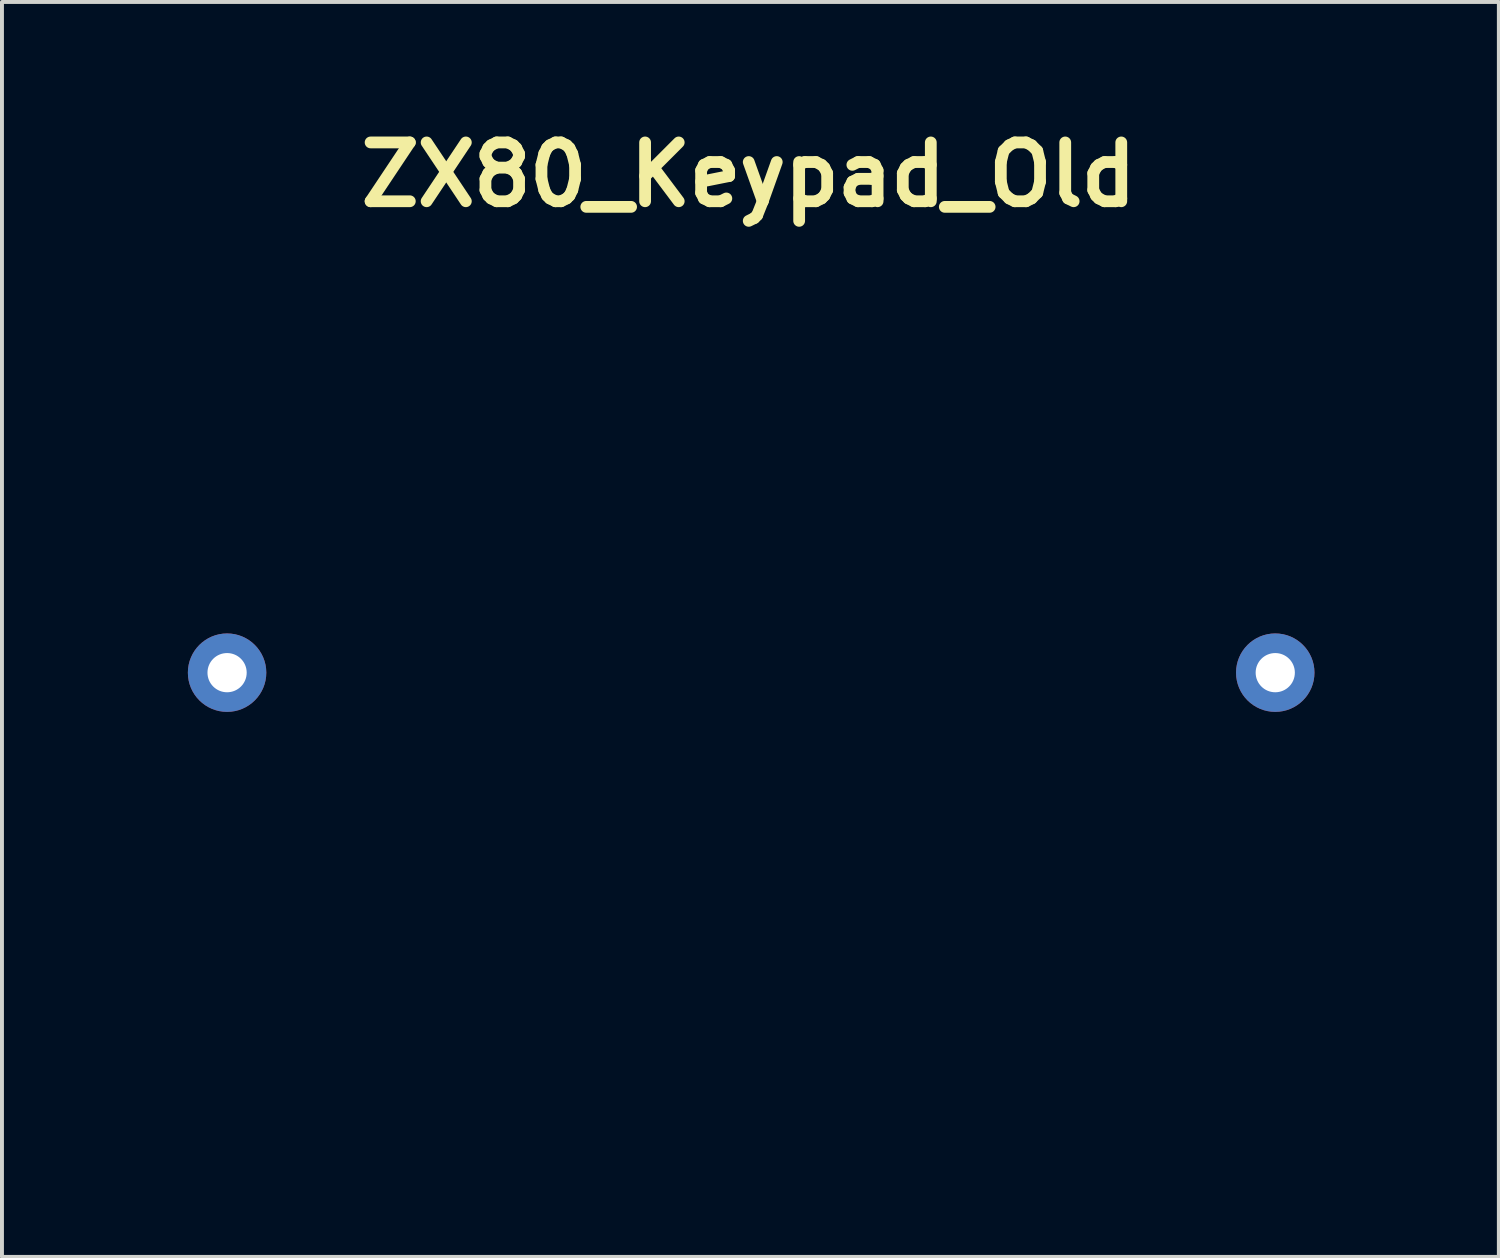
<source format=kicad_pcb>
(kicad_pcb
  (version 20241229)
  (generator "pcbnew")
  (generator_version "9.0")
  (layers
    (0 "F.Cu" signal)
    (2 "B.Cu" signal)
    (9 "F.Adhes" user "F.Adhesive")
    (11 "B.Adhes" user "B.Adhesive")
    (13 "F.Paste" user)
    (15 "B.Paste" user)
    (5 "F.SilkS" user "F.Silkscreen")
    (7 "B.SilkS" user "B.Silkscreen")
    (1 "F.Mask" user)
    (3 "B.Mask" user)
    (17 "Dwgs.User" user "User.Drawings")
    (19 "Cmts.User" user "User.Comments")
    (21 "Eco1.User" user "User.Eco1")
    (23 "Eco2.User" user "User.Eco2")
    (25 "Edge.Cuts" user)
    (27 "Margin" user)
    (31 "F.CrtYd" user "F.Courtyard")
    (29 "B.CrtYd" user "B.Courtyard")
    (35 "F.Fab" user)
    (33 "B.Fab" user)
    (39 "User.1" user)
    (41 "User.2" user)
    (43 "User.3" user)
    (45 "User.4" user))
  (footprint "ZX80_Keypad_Old"
    (layer "F.Cu")
    (at 16.044 14.104)
    (property "Reference" "ZX80_Keypad_Old" (at 0 -12.7 0) (layer "F.SilkS") (effects (font (size 1.5 1.5) (thickness 0.3))))
    (attr board_only exclude_from_pos_files exclude_from_bom)
    (fp_poly (pts (xy 1.266 -8.828) (xy 1.659 -8.814) (xy 1.973 -8.793) (xy 2.172 -8.764) (xy 2.218 -8.745) (xy 2.364 -8.681) (xy 2.607 -8.62) (xy 2.731 -8.599) (xy 2.965 -8.551) (xy 3.11 -8.495) (xy 3.133 -8.467) (xy 3.208 -8.411) (xy 3.399 -8.356) (xy 3.514 -8.335) (xy 3.74 -8.288) (xy 3.877 -8.233) (xy 3.895 -8.21) (xy 3.967 -8.145) (xy 4.142 -8.087) (xy 4.334 -8.011) (xy 4.435 -7.911) (xy 4.55 -7.802) (xy 4.612 -7.789) (xy 4.726 -7.744) (xy 4.741 -7.705) (xy 4.809 -7.627) (xy 4.855 -7.62) (xy 4.993 -7.562) (xy 5.122 -7.451) (xy 5.261 -7.325) (xy 5.349 -7.281) (xy 5.439 -7.224) (xy 5.614 -7.073) (xy 5.844 -6.858) (xy 6.1 -6.609) (xy 6.351 -6.355) (xy 6.567 -6.126) (xy 6.717 -5.953) (xy 6.773 -5.865) (xy 6.83 -5.759) (xy 6.967 -5.605) (xy 6.985 -5.588) (xy 7.129 -5.422) (xy 7.196 -5.285) (xy 7.197 -5.277) (xy 7.248 -5.174) (xy 7.281 -5.165) (xy 7.356 -5.096) (xy 7.366 -5.035) (xy 7.434 -4.894) (xy 7.493 -4.857) (xy 7.605 -4.753) (xy 7.62 -4.696) (xy 7.674 -4.542) (xy 7.726 -4.472) (xy 7.834 -4.316) (xy 7.979 -4.053) (xy 8.137 -3.735) (xy 8.283 -3.413) (xy 8.392 -3.138) (xy 8.432 -3.006) (xy 8.493 -2.797) (xy 8.554 -2.667) (xy 8.604 -2.544) (xy 8.67 -2.309) (xy 8.725 -2.074) (xy 8.794 -1.789) (xy 8.861 -1.567) (xy 8.904 -1.473) (xy 8.945 -1.348) (xy 8.988 -1.103) (xy 9.025 -0.787) (xy 9.029 -0.732) (xy 9.064 -0.426) (xy 9.106 -0.197) (xy 9.148 -0.089) (xy 9.156 -0.085) (xy 9.178 -0.004) (xy 9.197 0.221) (xy 9.213 0.565) (xy 9.223 1.003) (xy 9.228 1.51) (xy 9.229 1.651) (xy 9.225 2.172) (xy 9.216 2.631) (xy 9.201 3.002) (xy 9.182 3.26) (xy 9.161 3.381) (xy 9.155 3.387) (xy 9.116 3.465) (xy 9.075 3.675) (xy 9.037 3.978) (xy 9.022 4.149) (xy 8.989 4.484) (xy 8.951 4.744) (xy 8.913 4.891) (xy 8.897 4.911) (xy 8.852 4.987) (xy 8.793 5.189) (xy 8.732 5.474) (xy 8.727 5.503) (xy 8.665 5.794) (xy 8.602 6.005) (xy 8.551 6.095) (xy 8.547 6.096) (xy 8.485 6.17) (xy 8.427 6.352) (xy 8.419 6.389) (xy 8.35 6.616) (xy 8.254 6.773) (xy 8.246 6.781) (xy 8.144 6.925) (xy 8.128 6.995) (xy 8.083 7.101) (xy 8.05 7.112) (xy 7.979 7.185) (xy 7.917 7.361) (xy 7.916 7.366) (xy 7.854 7.544) (xy 7.781 7.62) (xy 7.78 7.62) (xy 7.686 7.688) (xy 7.638 7.774) (xy 7.547 7.941) (xy 7.399 8.154) (xy 7.366 8.196) (xy 7.207 8.383) (xy 6.979 8.633) (xy 6.709 8.918) (xy 6.421 9.215) (xy 6.142 9.496) (xy 5.895 9.735) (xy 5.708 9.908) (xy 5.606 9.988) (xy 5.598 9.991) (xy 5.496 10.047) (xy 5.376 10.16) (xy 5.226 10.287) (xy 5.118 10.329) (xy 4.998 10.397) (xy 4.968 10.448) (xy 4.859 10.549) (xy 4.663 10.624) (xy 4.662 10.624) (xy 4.482 10.684) (xy 4.403 10.75) (xy 4.403 10.753) (xy 4.33 10.819) (xy 4.154 10.879) (xy 4.149 10.88) (xy 3.971 10.941) (xy 3.895 11.012) (xy 3.895 11.013) (xy 3.823 11.074) (xy 3.699 11.091) (xy 3.474 11.143) (xy 3.339 11.216) (xy 3.157 11.302) (xy 2.89 11.376) (xy 2.773 11.396) (xy 2.539 11.441) (xy 2.394 11.494) (xy 2.371 11.52) (xy 2.295 11.57) (xy 2.102 11.62) (xy 1.968 11.641) (xy 1.698 11.688) (xy 1.482 11.745) (xy 1.425 11.769) (xy 1.29 11.799) (xy 1.017 11.827) (xy 0.64 11.852) (xy 0.189 11.872) (xy -0.302 11.887) (xy -0.801 11.896) (xy -1.277 11.898) (xy -1.696 11.891) (xy -1.926 11.881) (xy -2.224 11.855) (xy -2.442 11.82) (xy -2.539 11.782) (xy -2.54 11.777) (xy -2.617 11.733) (xy -2.817 11.687) (xy -3.061 11.654) (xy -3.351 11.613) (xy -3.577 11.564) (xy -3.674 11.524) (xy -3.816 11.457) (xy -4.038 11.393) (xy -4.064 11.388) (xy -4.286 11.329) (xy -4.436 11.269) (xy -4.445 11.263) (xy -4.584 11.198) (xy -4.783 11.139) (xy -4.975 11.078) (xy -5.079 11.02) (xy -5.178 10.951) (xy -5.378 10.84) (xy -5.627 10.713) (xy -5.872 10.597) (xy -6.06 10.518) (xy -6.13 10.499) (xy -6.234 10.442) (xy -6.382 10.306) (xy -6.384 10.303) (xy -6.554 10.143) (xy -6.691 10.046) (xy -6.865 9.951) (xy -6.985 9.88) (xy -7.115 9.778) (xy -7.324 9.59) (xy -7.585 9.343) (xy -7.873 9.062) (xy -8.162 8.773) (xy -8.425 8.503) (xy -8.637 8.277) (xy -8.771 8.12) (xy -8.805 8.064) (xy -8.862 7.96) (xy -8.999 7.806) (xy -9.017 7.789) (xy -9.161 7.625) (xy -9.228 7.494) (xy -9.229 7.485) (xy -9.271 7.367) (xy -9.292 7.352) (xy -9.387 7.262) (xy -9.52 7.087) (xy -9.648 6.892) (xy -9.728 6.738) (xy -9.737 6.701) (xy -9.804 6.606) (xy -9.864 6.573) (xy -9.976 6.46) (xy -9.991 6.395) (xy -10.033 6.281) (xy -10.07 6.265) (xy -10.153 6.195) (xy -10.208 6.075) (xy -10.275 5.909) (xy -10.32 5.842) (xy -10.395 5.734) (xy -10.515 5.516) (xy -10.656 5.235) (xy -10.798 4.936) (xy -10.917 4.664) (xy -10.993 4.466) (xy -11.009 4.398) (xy -11.056 4.229) (xy -11.131 4.101) (xy -11.231 3.912) (xy -11.258 3.789) (xy -11.32 3.663) (xy -11.388 3.641) (xy -11.5 3.598) (xy -11.515 3.561) (xy -11.59 3.503) (xy -11.781 3.446) (xy -11.896 3.425) (xy -12.122 3.379) (xy -12.259 3.329) (xy -12.277 3.308) (xy -12.351 3.257) (xy -12.544 3.187) (xy -12.721 3.138) (xy -12.986 3.063) (xy -13.186 2.993) (xy -13.25 2.96) (xy -13.384 2.902) (xy -13.606 2.844) (xy -13.652 2.834) (xy -13.856 2.779) (xy -13.964 2.715) (xy -13.97 2.7) (xy -14.041 2.64) (xy -14.151 2.625) (xy -14.322 2.583) (xy -14.552 2.481) (xy -14.778 2.352) (xy -14.937 2.23) (xy -14.972 2.184) (xy -15.069 2.12) (xy -15.105 2.117) (xy -15.241 2.054) (xy -15.404 1.908) (xy -15.536 1.738) (xy -15.579 1.624) (xy -15.622 1.53) (xy -15.644 1.524) (xy -15.721 1.456) (xy -15.835 1.287) (xy -15.877 1.213) (xy -15.952 1.046) (xy -16.001 0.853) (xy -16.03 0.595) (xy -16.042 0.233) (xy -16.044 -0.103) (xy -16.042 -0.222) (xy -14.23 -0.222) (xy -14.218 0.052) (xy -14.157 0.323) (xy -14.05 0.537) (xy -14.049 0.539) (xy -13.894 0.692) (xy -13.759 0.762) (xy -13.752 0.762) (xy -13.644 0.81) (xy -13.631 0.847) (xy -13.561 0.914) (xy -13.385 0.928) (xy -13.157 0.893) (xy -12.933 0.812) (xy -12.891 0.79) (xy -12.65 0.586) (xy -12.472 0.313) (xy -12.371 0.014) (xy -12.362 -0.265) (xy -12.458 -0.479) (xy -12.488 -0.508) (xy -12.596 -0.649) (xy -12.615 -0.723) (xy -12.689 -0.814) (xy -12.869 -0.887) (xy -12.89 -0.892) (xy -13.114 -0.958) (xy -13.27 -1.035) (xy -13.271 -1.036) (xy -13.363 -1.074) (xy -13.377 -1.026) (xy -13.448 -0.948) (xy -13.54 -0.931) (xy -13.792 -0.894) (xy -13.944 -0.795) (xy -13.97 -0.72) (xy -14.038 -0.597) (xy -14.097 -0.562) (xy -14.19 -0.445) (xy -14.23 -0.222) (xy -16.042 -0.222) (xy -16.036 -0.592) (xy -16.012 -0.939) (xy -15.974 -1.132) (xy -15.95 -1.167) (xy -15.852 -1.291) (xy -15.795 -1.421) (xy -15.69 -1.606) (xy -15.492 -1.846) (xy -15.245 -2.097) (xy -14.991 -2.319) (xy -14.773 -2.47) (xy -14.686 -2.506) (xy -14.53 -2.57) (xy -14.478 -2.63) (xy -14.404 -2.691) (xy -14.222 -2.749) (xy -14.182 -2.757) (xy -13.986 -2.81) (xy -13.888 -2.867) (xy -13.885 -2.876) (xy -13.809 -2.917) (xy -13.608 -2.961) (xy -13.365 -2.994) (xy -13.074 -3.034) (xy -12.848 -3.083) (xy -12.751 -3.122) (xy -12.632 -3.163) (xy -12.385 -3.215) (xy -12.05 -3.27) (xy -11.79 -3.305) (xy -11.431 -3.357) (xy -11.144 -3.41) (xy -10.965 -3.458) (xy -10.922 -3.485) (xy -10.849 -3.538) (xy -10.71 -3.556) (xy -10.551 -3.527) (xy -10.499 -3.471) (xy -10.431 -3.395) (xy -10.381 -3.387) (xy -10.346 -3.361) (xy -10.318 -3.275) (xy -10.295 -3.111) (xy -10.277 -2.853) (xy -10.262 -2.484) (xy -10.25 -1.99) (xy -10.239 -1.353) (xy -10.233 -0.86) (xy -10.22 -0.027) (xy -10.202 0.655) (xy -10.18 1.18) (xy -10.154 1.546) (xy -10.125 1.749) (xy -10.11 1.786) (xy -10.051 1.925) (xy -9.981 2.178) (xy -9.916 2.494) (xy -9.912 2.519) (xy -9.851 2.815) (xy -9.788 3.033) (xy -9.735 3.131) (xy -9.729 3.133) (xy -9.669 3.205) (xy -9.652 3.325) (xy -9.603 3.552) (xy -9.536 3.685) (xy -9.434 3.889) (xy -9.36 4.128) (xy -9.3 4.314) (xy -9.235 4.402) (xy -9.229 4.403) (xy -9.162 4.475) (xy -9.103 4.65) (xy -9.027 4.842) (xy -8.927 4.943) (xy -8.818 5.058) (xy -8.805 5.12) (xy -8.766 5.234) (xy -8.731 5.249) (xy -8.643 5.318) (xy -8.602 5.397) (xy -8.505 5.613) (xy -8.377 5.832) (xy -8.262 5.983) (xy -8.241 6.002) (xy -8.157 6.108) (xy -8.05 6.295) (xy -8.043 6.308) (xy -7.97 6.444) (xy -7.882 6.58) (xy -7.759 6.739) (xy -7.582 6.943) (xy -7.332 7.215) (xy -6.991 7.579) (xy -6.852 7.726) (xy -6.572 8.013) (xy -6.327 8.249) (xy -6.143 8.408) (xy -6.048 8.467) (xy -6.048 8.467) (xy -5.931 8.535) (xy -5.896 8.594) (xy -5.79 8.706) (xy -5.731 8.721) (xy -5.592 8.779) (xy -5.453 8.899) (xy -5.276 9.038) (xy -4.985 9.21) (xy -4.627 9.393) (xy -4.248 9.565) (xy -3.893 9.704) (xy -3.611 9.788) (xy -3.549 9.799) (xy -3.34 9.842) (xy -3.225 9.895) (xy -3.217 9.91) (xy -3.14 9.953) (xy -2.939 9.998) (xy -2.666 10.036) (xy -2.377 10.077) (xy -2.161 10.126) (xy -2.068 10.17) (xy -1.973 10.196) (xy -1.745 10.216) (xy -1.417 10.231) (xy -1.021 10.24) (xy -0.591 10.243) (xy -0.159 10.241) (xy 0.241 10.233) (xy 0.578 10.22) (xy 0.818 10.2) (xy 0.928 10.176) (xy 0.931 10.17) (xy 1.008 10.124) (xy 1.21 10.075) (xy 1.482 10.036) (xy 1.762 9.995) (xy 1.96 9.945) (xy 2.032 9.899) (xy 2.103 9.836) (xy 2.2 9.821) (xy 2.393 9.8) (xy 2.638 9.748) (xy 2.88 9.679) (xy 3.063 9.609) (xy 3.133 9.556) (xy 3.205 9.498) (xy 3.381 9.442) (xy 3.387 9.44) (xy 3.564 9.385) (xy 3.641 9.327) (xy 3.641 9.326) (xy 3.709 9.256) (xy 3.882 9.14) (xy 4.02 9.06) (xy 4.246 8.921) (xy 4.403 8.795) (xy 4.44 8.745) (xy 4.533 8.644) (xy 4.571 8.636) (xy 4.668 8.58) (xy 4.848 8.433) (xy 5.078 8.227) (xy 5.324 7.994) (xy 5.555 7.764) (xy 5.735 7.57) (xy 5.833 7.444) (xy 5.842 7.42) (xy 5.899 7.315) (xy 6.037 7.163) (xy 6.054 7.147) (xy 6.198 6.991) (xy 6.265 6.875) (xy 6.265 6.868) (xy 6.318 6.741) (xy 6.371 6.674) (xy 6.499 6.494) (xy 6.658 6.209) (xy 6.822 5.875) (xy 6.964 5.547) (xy 7.058 5.28) (xy 7.075 5.208) (xy 7.13 4.998) (xy 7.192 4.873) (xy 7.2 4.866) (xy 7.247 4.765) (xy 7.297 4.548) (xy 7.328 4.338) (xy 7.376 4.051) (xy 7.439 3.824) (xy 7.482 3.733) (xy 7.515 3.609) (xy 7.541 3.345) (xy 7.561 2.972) (xy 7.575 2.518) (xy 7.582 2.015) (xy 7.582 1.49) (xy 7.576 0.975) (xy 7.565 0.498) (xy 7.546 0.09) (xy 7.522 -0.22) (xy 7.491 -0.403) (xy 7.477 -0.434) (xy 7.409 -0.584) (xy 7.345 -0.834) (xy 7.318 -0.997) (xy 7.274 -1.244) (xy 7.225 -1.405) (xy 7.195 -1.439) (xy 7.146 -1.515) (xy 7.094 -1.705) (xy 7.074 -1.82) (xy 7.026 -2.047) (xy 6.971 -2.184) (xy 6.947 -2.201) (xy 6.887 -2.275) (xy 6.829 -2.457) (xy 6.821 -2.498) (xy 6.766 -2.693) (xy 6.702 -2.791) (xy 6.692 -2.794) (xy 6.624 -2.867) (xy 6.563 -3.043) (xy 6.562 -3.048) (xy 6.502 -3.226) (xy 6.436 -3.302) (xy 6.435 -3.302) (xy 6.369 -3.375) (xy 6.309 -3.551) (xy 6.308 -3.556) (xy 6.246 -3.734) (xy 6.175 -3.81) (xy 6.174 -3.81) (xy 6.098 -3.874) (xy 6.096 -3.891) (xy 6.048 -4.012) (xy 5.925 -4.221) (xy 5.754 -4.473) (xy 5.587 -4.694) (xy 5.464 -4.832) (xy 5.256 -5.05) (xy 4.999 -5.312) (xy 4.729 -5.581) (xy 4.483 -5.821) (xy 4.297 -5.995) (xy 4.233 -6.05) (xy 4.084 -6.154) (xy 3.86 -6.296) (xy 3.768 -6.352) (xy 3.557 -6.483) (xy 3.414 -6.584) (xy 3.387 -6.61) (xy 3.282 -6.666) (xy 3.085 -6.723) (xy 3.069 -6.727) (xy 2.883 -6.786) (xy 2.795 -6.851) (xy 2.794 -6.857) (xy 2.718 -6.907) (xy 2.524 -6.959) (xy 2.371 -6.985) (xy 2.118 -7.033) (xy 1.943 -7.09) (xy 1.9 -7.12) (xy 1.8 -7.151) (xy 1.569 -7.174) (xy 1.245 -7.189) (xy 0.867 -7.195) (xy 0.472 -7.192) (xy 0.1 -7.182) (xy -0.211 -7.163) (xy -0.425 -7.136) (xy -0.488 -7.116) (xy -0.659 -7.057) (xy -0.918 -7.002) (xy -1.037 -6.984) (xy -1.271 -6.939) (xy -1.416 -6.882) (xy -1.439 -6.853) (xy -1.51 -6.788) (xy -1.606 -6.773) (xy -1.778 -6.737) (xy -2.004 -6.647) (xy -2.228 -6.531) (xy -2.397 -6.417) (xy -2.455 -6.339) (xy -2.524 -6.248) (xy -2.603 -6.208) (xy -2.753 -6.121) (xy -2.945 -5.969) (xy -3.132 -5.795) (xy -3.265 -5.642) (xy -3.302 -5.567) (xy -3.357 -5.463) (xy -3.489 -5.311) (xy -3.493 -5.308) (xy -3.793 -4.932) (xy -4.06 -4.45) (xy -4.263 -3.927) (xy -4.37 -3.438) (xy -4.412 -3.181) (xy -4.463 -3.008) (xy -4.499 -2.963) (xy -4.523 -2.883) (xy -4.544 -2.661) (xy -4.56 -2.325) (xy -4.569 -1.902) (xy -4.572 -1.524) (xy -4.568 -1.052) (xy -4.558 -0.644) (xy -4.543 -0.33) (xy -4.524 -0.135) (xy -4.507 -0.085) (xy -4.459 -0.008) (xy -4.398 0.192) (xy -4.335 0.474) (xy -4.334 0.483) (xy -4.269 0.783) (xy -4.204 1.019) (xy -4.155 1.139) (xy -4.088 1.279) (xy -4.026 1.496) (xy -4.025 1.503) (xy -3.964 1.689) (xy -3.895 1.777) (xy -3.888 1.778) (xy -3.83 1.851) (xy -3.81 1.992) (xy -3.768 2.171) (xy -3.691 2.252) (xy -3.581 2.363) (xy -3.518 2.511) (xy -3.417 2.721) (xy -3.256 2.917) (xy -3.113 3.076) (xy -3.048 3.2) (xy -3.048 3.206) (xy -2.98 3.292) (xy -2.925 3.302) (xy -2.772 3.366) (xy -2.735 3.408) (xy -2.615 3.533) (xy -2.423 3.683) (xy -2.219 3.816) (xy -2.063 3.89) (xy -2.035 3.895) (xy -1.95 3.951) (xy -1.947 3.971) (xy -1.872 4.032) (xy -1.68 4.105) (xy -1.513 4.151) (xy -1.044 4.213) (xy -0.52 4.2) (xy -0.013 4.121) (xy 0.41 3.981) (xy 0.443 3.965) (xy 0.754 3.782) (xy 1.02 3.58) (xy 1.204 3.389) (xy 1.27 3.244) (xy 1.319 3.142) (xy 1.351 3.133) (xy 1.418 3.059) (xy 1.479 2.877) (xy 1.487 2.836) (xy 1.543 2.641) (xy 1.607 2.543) (xy 1.618 2.54) (xy 1.678 2.473) (xy 1.69 2.33) (xy 1.651 2.198) (xy 1.621 2.167) (xy 1.577 2.066) (xy 1.532 1.844) (xy 1.495 1.549) (xy 1.495 1.548) (xy 1.457 1.256) (xy 1.407 1.04) (xy 1.356 0.946) (xy 1.356 0.946) (xy 1.289 0.849) (xy 1.27 0.716) (xy 1.216 0.529) (xy 1.079 0.303) (xy 1.016 0.225) (xy 0.863 0.031) (xy 0.772 -0.118) (xy 0.762 -0.155) (xy 0.698 -0.274) (xy 0.649 -0.313) (xy 0.529 -0.437) (xy 0.379 -0.658) (xy 0.232 -0.916) (xy 0.123 -1.152) (xy 0.085 -1.299) (xy 0.043 -1.42) (xy 0 -1.439) (xy -0.045 -1.516) (xy -0.076 -1.718) (xy -0.085 -1.947) (xy -0.072 -2.218) (xy -0.038 -2.401) (xy 0 -2.455) (xy 0.078 -2.523) (xy 0.085 -2.566) (xy 0.156 -2.662) (xy 0.333 -2.778) (xy 0.559 -2.885) (xy 0.777 -2.953) (xy 0.868 -2.963) (xy 1.024 -2.925) (xy 1.225 -2.834) (xy 1.409 -2.722) (xy 1.516 -2.625) (xy 1.523 -2.603) (xy 1.593 -2.547) (xy 1.654 -2.54) (xy 1.789 -2.471) (xy 1.838 -2.392) (xy 1.938 -2.228) (xy 2.086 -2.06) (xy 2.246 -1.855) (xy 2.334 -1.658) (xy 2.4 -1.496) (xy 2.465 -1.439) (xy 2.529 -1.369) (xy 2.541 -1.291) (xy 2.579 -1.112) (xy 2.665 -0.905) (xy 2.75 -0.677) (xy 2.822 -0.374) (xy 2.845 -0.227) (xy 2.89 0.039) (xy 2.941 0.239) (xy 2.97 0.299) (xy 3.017 0.432) (xy 3.068 0.694) (xy 3.119 1.043) (xy 3.163 1.439) (xy 3.197 1.842) (xy 3.215 2.209) (xy 3.217 2.341) (xy 3.203 2.666) (xy 3.165 3.008) (xy 3.11 3.323) (xy 3.048 3.571) (xy 2.985 3.71) (xy 2.959 3.725) (xy 2.883 3.794) (xy 2.845 3.873) (xy 2.611 4.306) (xy 2.25 4.713) (xy 1.801 5.057) (xy 1.418 5.255) (xy 1.253 5.344) (xy 1.185 5.42) (xy 1.112 5.483) (xy 0.933 5.544) (xy 0.91 5.549) (xy 0.681 5.618) (xy 0.516 5.703) (xy 0.516 5.704) (xy 0.387 5.742) (xy 0.131 5.771) (xy -0.216 5.791) (xy -0.618 5.801) (xy -1.038 5.802) (xy -1.44 5.794) (xy -1.788 5.776) (xy -2.045 5.748) (xy -2.176 5.712) (xy -2.183 5.704) (xy -2.302 5.621) (xy -2.506 5.552) (xy -2.513 5.551) (xy -2.734 5.474) (xy -2.883 5.371) (xy -3.022 5.267) (xy -3.092 5.249) (xy -3.215 5.182) (xy -3.244 5.133) (xy -3.353 5.026) (xy -3.504 4.963) (xy -3.663 4.878) (xy -3.891 4.705) (xy -4.143 4.483) (xy -4.378 4.252) (xy -4.551 4.05) (xy -4.604 3.966) (xy -4.68 3.828) (xy -4.808 3.613) (xy -4.868 3.514) (xy -5.006 3.277) (xy -5.108 3.079) (xy -5.13 3.027) (xy -5.206 2.902) (xy -5.251 2.879) (xy -5.306 2.804) (xy -5.376 2.612) (xy -5.419 2.455) (xy -5.488 2.216) (xy -5.555 2.062) (xy -5.587 2.032) (xy -5.638 1.957) (xy -5.69 1.766) (xy -5.711 1.651) (xy -5.759 1.424) (xy -5.817 1.288) (xy -5.842 1.27) (xy -5.896 1.194) (xy -5.952 1.002) (xy -5.976 0.868) (xy -6.027 0.62) (xy -6.091 0.448) (xy -6.121 0.41) (xy -6.15 0.31) (xy -6.173 0.071) (xy -6.19 -0.278) (xy -6.202 -0.706) (xy -6.208 -1.183) (xy -6.208 -1.679) (xy -6.202 -2.164) (xy -6.19 -2.609) (xy -6.173 -2.982) (xy -6.15 -3.255) (xy -6.122 -3.396) (xy -6.117 -3.405) (xy -6.053 -3.549) (xy -5.991 -3.792) (xy -5.965 -3.937) (xy -5.906 -4.22) (xy -5.827 -4.455) (xy -5.788 -4.527) (xy -5.694 -4.744) (xy -5.673 -4.887) (xy -5.647 -5.037) (xy -5.605 -5.08) (xy -5.536 -5.152) (xy -5.448 -5.33) (xy -5.424 -5.394) (xy -5.321 -5.629) (xy -5.213 -5.804) (xy -5.195 -5.824) (xy -5.097 -5.976) (xy -5.08 -6.051) (xy -5.012 -6.176) (xy -4.953 -6.211) (xy -4.841 -6.305) (xy -4.826 -6.356) (xy -4.769 -6.45) (xy -4.62 -6.625) (xy -4.413 -6.846) (xy -4.18 -7.081) (xy -3.955 -7.297) (xy -3.772 -7.459) (xy -3.663 -7.534) (xy -3.654 -7.535) (xy -3.56 -7.593) (xy -3.449 -7.705) (xy -3.293 -7.834) (xy -3.176 -7.874) (xy -3.063 -7.916) (xy -3.048 -7.952) (xy -2.975 -8.023) (xy -2.799 -8.085) (xy -2.794 -8.086) (xy -2.616 -8.145) (xy -2.54 -8.211) (xy -2.54 -8.213) (xy -2.467 -8.277) (xy -2.288 -8.338) (xy -2.265 -8.344) (xy -2.061 -8.407) (xy -1.942 -8.478) (xy -1.939 -8.482) (xy -1.834 -8.532) (xy -1.613 -8.58) (xy -1.389 -8.61) (xy -1.1 -8.651) (xy -0.873 -8.705) (xy -0.779 -8.746) (xy -0.653 -8.779) (xy -0.394 -8.805) (xy -0.038 -8.822) (xy 0.382 -8.832) (xy 0.828 -8.834)) (stroke (width 0) (type solid)) (fill yes) (layer "F.Mask"))
    (fp_poly (pts (xy 1.071 -11.814) (xy 1.605 -11.807) (xy 2.088 -11.794) (xy 2.492 -11.776) (xy 2.789 -11.752) (xy 2.953 -11.722) (xy 2.972 -11.713) (xy 3.122 -11.644) (xy 3.369 -11.579) (xy 3.514 -11.554) (xy 3.775 -11.507) (xy 3.968 -11.456) (xy 4.022 -11.431) (xy 4.16 -11.368) (xy 4.36 -11.309) (xy 4.53 -11.251) (xy 4.794 -11.141) (xy 5.118 -10.996) (xy 5.466 -10.832) (xy 5.8 -10.668) (xy 6.086 -10.521) (xy 6.286 -10.407) (xy 6.365 -10.347) (xy 6.446 -10.266) (xy 6.607 -10.139) (xy 6.789 -10.01) (xy 6.934 -9.922) (xy 6.977 -9.906) (xy 7.054 -9.852) (xy 7.214 -9.71) (xy 7.387 -9.546) (xy 7.67 -9.275) (xy 7.987 -8.979) (xy 8.154 -8.825) (xy 8.36 -8.626) (xy 8.504 -8.466) (xy 8.551 -8.388) (xy 8.611 -8.29) (xy 8.758 -8.14) (xy 8.805 -8.099) (xy 8.967 -7.951) (xy 9.054 -7.848) (xy 9.059 -7.834) (xy 9.107 -7.731) (xy 9.145 -7.68) (xy 9.314 -7.467) (xy 9.533 -7.175) (xy 9.767 -6.851) (xy 9.986 -6.539) (xy 10.156 -6.284) (xy 10.228 -6.167) (xy 10.49 -5.697) (xy 10.678 -5.353) (xy 10.804 -5.11) (xy 10.879 -4.948) (xy 10.915 -4.844) (xy 10.922 -4.788) (xy 10.966 -4.673) (xy 11.007 -4.657) (xy 11.078 -4.587) (xy 11.091 -4.504) (xy 11.141 -4.316) (xy 11.216 -4.186) (xy 11.316 -3.996) (xy 11.343 -3.873) (xy 11.404 -3.748) (xy 11.472 -3.725) (xy 11.585 -3.68) (xy 11.599 -3.641) (xy 11.673 -3.581) (xy 11.85 -3.556) (xy 11.853 -3.556) (xy 12.032 -3.534) (xy 12.107 -3.481) (xy 12.107 -3.481) (xy 12.184 -3.427) (xy 12.383 -3.36) (xy 12.658 -3.296) (xy 12.936 -3.231) (xy 13.134 -3.168) (xy 13.208 -3.121) (xy 13.282 -3.064) (xy 13.464 -3.008) (xy 13.504 -3) (xy 13.7 -2.947) (xy 13.798 -2.888) (xy 13.801 -2.879) (xy 13.876 -2.829) (xy 14.067 -2.776) (xy 14.182 -2.756) (xy 14.408 -2.708) (xy 14.545 -2.653) (xy 14.563 -2.629) (xy 14.634 -2.558) (xy 14.771 -2.506) (xy 14.953 -2.411) (xy 15.193 -2.221) (xy 15.449 -1.98) (xy 15.678 -1.729) (xy 15.838 -1.51) (xy 15.88 -1.421) (xy 15.965 -1.244) (xy 16.035 -1.167) (xy 16.079 -1.051) (xy 16.11 -0.774) (xy 16.127 -0.345) (xy 16.129 -0.042) (xy 16.121 0.469) (xy 16.098 0.832) (xy 16.061 1.038) (xy 16.035 1.083) (xy 15.937 1.205) (xy 15.878 1.342) (xy 15.772 1.558) (xy 15.651 1.723) (xy 15.333 2.06) (xy 15.106 2.27) (xy 14.958 2.364) (xy 14.922 2.371) (xy 14.824 2.42) (xy 14.817 2.449) (xy 14.743 2.517) (xy 14.564 2.58) (xy 14.541 2.585) (xy 14.321 2.649) (xy 14.171 2.72) (xy 14.169 2.722) (xy 14.034 2.776) (xy 13.795 2.829) (xy 13.64 2.851) (xy 13.396 2.893) (xy 13.239 2.944) (xy 13.208 2.975) (xy 13.134 3.027) (xy 12.953 3.054) (xy 12.933 3.055) (xy 12.682 3.074) (xy 12.369 3.116) (xy 12.041 3.172) (xy 11.748 3.232) (xy 11.539 3.289) (xy 11.465 3.323) (xy 11.331 3.37) (xy 11.097 3.387) (xy 10.828 3.377) (xy 10.588 3.344) (xy 10.442 3.29) (xy 10.433 3.281) (xy 10.407 3.165) (xy 10.381 2.896) (xy 10.358 2.491) (xy 10.338 1.966) (xy 10.322 1.338) (xy 10.315 0.906) (xy 10.3 0.125) (xy 10.297 0.004) (xy 12.446 0.004) (xy 12.522 0.376) (xy 12.731 0.675) (xy 13.04 0.868) (xy 13.349 0.926) (xy 13.646 0.893) (xy 13.921 0.804) (xy 13.959 0.784) (xy 14.142 0.648) (xy 14.249 0.471) (xy 14.298 0.208) (xy 14.308 -0.077) (xy 14.285 -0.346) (xy 14.19 -0.537) (xy 14.039 -0.691) (xy 13.793 -0.862) (xy 13.522 -0.927) (xy 13.396 -0.931) (xy 13.13 -0.908) (xy 12.927 -0.814) (xy 12.734 -0.643) (xy 12.545 -0.423) (xy 12.462 -0.214) (xy 12.446 0.004) (xy 10.297 0.004) (xy 10.281 -0.501) (xy 10.258 -0.968) (xy 10.23 -1.274) (xy 10.199 -1.415) (xy 10.192 -1.423) (xy 10.134 -1.533) (xy 10.078 -1.758) (xy 10.043 -1.984) (xy 10 -2.269) (xy 9.949 -2.488) (xy 9.911 -2.577) (xy 9.847 -2.715) (xy 9.786 -2.939) (xy 9.777 -2.985) (xy 9.72 -3.203) (xy 9.656 -3.338) (xy 9.642 -3.35) (xy 9.576 -3.465) (xy 9.567 -3.539) (xy 9.531 -3.68) (xy 9.44 -3.913) (xy 9.318 -4.181) (xy 9.192 -4.432) (xy 9.087 -4.609) (xy 9.046 -4.658) (xy 8.985 -4.764) (xy 8.93 -4.933) (xy 8.869 -5.1) (xy 8.811 -5.165) (xy 8.742 -5.234) (xy 8.632 -5.41) (xy 8.56 -5.546) (xy 8.437 -5.764) (xy 8.331 -5.902) (xy 8.291 -5.927) (xy 8.216 -5.992) (xy 8.213 -6.019) (xy 8.165 -6.145) (xy 8.05 -6.326) (xy 8.042 -6.337) (xy 7.869 -6.567) (xy 7.724 -6.764) (xy 7.573 -6.951) (xy 7.35 -7.201) (xy 7.082 -7.488) (xy 6.794 -7.784) (xy 6.513 -8.065) (xy 6.263 -8.304) (xy 6.072 -8.474) (xy 5.965 -8.55) (xy 5.958 -8.551) (xy 5.829 -8.617) (xy 5.776 -8.685) (xy 5.623 -8.845) (xy 5.371 -9.008) (xy 5.144 -9.11) (xy 5.019 -9.187) (xy 4.995 -9.232) (xy 4.922 -9.295) (xy 4.747 -9.355) (xy 4.741 -9.356) (xy 4.564 -9.415) (xy 4.487 -9.481) (xy 4.487 -9.483) (xy 4.414 -9.548) (xy 4.238 -9.609) (xy 4.228 -9.611) (xy 3.957 -9.693) (xy 3.747 -9.783) (xy 3.535 -9.859) (xy 3.238 -9.927) (xy 3.054 -9.956) (xy 2.784 -10.003) (xy 2.587 -10.065) (xy 2.522 -10.108) (xy 2.419 -10.14) (xy 2.177 -10.166) (xy 1.825 -10.186) (xy 1.392 -10.199) (xy 0.907 -10.206) (xy 0.401 -10.207) (xy -0.097 -10.201) (xy -0.558 -10.189) (xy -0.952 -10.171) (xy -1.25 -10.147) (xy -1.422 -10.117) (xy -1.448 -10.104) (xy -1.598 -10.036) (xy -1.845 -9.972) (xy -1.99 -9.947) (xy -2.274 -9.891) (xy -2.51 -9.817) (xy -2.584 -9.781) (xy -2.791 -9.686) (xy -3.028 -9.614) (xy -3.214 -9.555) (xy -3.301 -9.491) (xy -3.302 -9.485) (xy -3.374 -9.417) (xy -3.534 -9.358) (xy -3.718 -9.297) (xy -3.809 -9.243) (xy -3.902 -9.161) (xy -4.069 -9.036) (xy -4.251 -8.909) (xy -4.393 -8.822) (xy -4.433 -8.805) (xy -4.514 -8.748) (xy -4.683 -8.597) (xy -4.91 -8.38) (xy -5.167 -8.126) (xy -5.426 -7.865) (xy -5.657 -7.624) (xy -5.831 -7.433) (xy -5.921 -7.32) (xy -5.927 -7.305) (xy -5.984 -7.192) (xy -6.096 -7.07) (xy -6.223 -6.915) (xy -6.265 -6.803) (xy -6.307 -6.698) (xy -6.334 -6.689) (xy -6.406 -6.618) (xy -6.522 -6.434) (xy -6.66 -6.179) (xy -6.798 -5.896) (xy -6.914 -5.629) (xy -6.987 -5.42) (xy -6.993 -5.397) (xy -7.051 -5.229) (xy -7.11 -5.165) (xy -7.156 -5.089) (xy -7.206 -4.893) (xy -7.234 -4.722) (xy -7.282 -4.452) (xy -7.341 -4.246) (xy -7.374 -4.181) (xy -7.411 -4.062) (xy -7.449 -3.81) (xy -7.484 -3.465) (xy -7.509 -3.097) (xy -7.535 -2.705) (xy -7.568 -2.38) (xy -7.603 -2.155) (xy -7.633 -2.066) (xy -7.675 -1.966) (xy -7.698 -1.769) (xy -7.702 -1.536) (xy -7.687 -1.326) (xy -7.653 -1.199) (xy -7.633 -1.185) (xy -7.6 -1.106) (xy -7.564 -0.892) (xy -7.531 -0.576) (xy -7.507 -0.239) (xy -7.479 0.145) (xy -7.445 0.463) (xy -7.408 0.679) (xy -7.379 0.756) (xy -7.324 0.862) (xy -7.268 1.076) (xy -7.246 1.205) (xy -7.197 1.449) (xy -7.14 1.615) (xy -7.114 1.649) (xy -7.056 1.755) (xy -6.998 1.961) (xy -6.985 2.032) (xy -6.934 2.255) (xy -6.876 2.396) (xy -6.86 2.412) (xy -6.801 2.516) (xy -6.744 2.716) (xy -6.737 2.751) (xy -6.682 2.946) (xy -6.618 3.045) (xy -6.607 3.048) (xy -6.539 3.121) (xy -6.478 3.297) (xy -6.477 3.302) (xy -6.42 3.48) (xy -6.36 3.556) (xy -6.359 3.556) (xy -6.291 3.627) (xy -6.201 3.801) (xy -6.182 3.849) (xy -6.078 4.053) (xy -5.97 4.177) (xy -5.955 4.185) (xy -5.852 4.282) (xy -5.842 4.325) (xy -5.785 4.434) (xy -5.639 4.611) (xy -5.503 4.751) (xy -5.317 4.945) (xy -5.194 5.097) (xy -5.165 5.156) (xy -5.105 5.25) (xy -4.953 5.405) (xy -4.847 5.498) (xy -4.588 5.721) (xy -4.33 5.951) (xy -4.266 6.01) (xy -4.046 6.181) (xy -3.829 6.297) (xy -3.786 6.311) (xy -3.605 6.393) (xy -3.522 6.485) (xy -3.413 6.592) (xy -3.357 6.604) (xy -3.2 6.641) (xy -2.994 6.73) (xy -2.779 6.821) (xy -2.611 6.857) (xy -2.473 6.901) (xy -2.441 6.942) (xy -2.349 6.988) (xy -2.131 7.036) (xy -1.83 7.075) (xy -1.757 7.081) (xy -1.448 7.116) (xy -1.217 7.158) (xy -1.105 7.2) (xy -1.101 7.209) (xy -1.027 7.252) (xy -0.844 7.275) (xy -0.613 7.279) (xy -0.394 7.264) (xy -0.246 7.229) (xy -0.219 7.209) (xy -0.119 7.167) (xy 0.104 7.124) (xy 0.403 7.089) (xy 0.428 7.086) (xy 0.741 7.051) (xy 0.991 7.006) (xy 1.127 6.961) (xy 1.129 6.959) (xy 1.28 6.885) (xy 1.482 6.824) (xy 1.721 6.75) (xy 1.968 6.643) (xy 2.172 6.53) (xy 2.28 6.435) (xy 2.286 6.415) (xy 2.354 6.356) (xy 2.399 6.35) (xy 2.503 6.291) (xy 2.688 6.134) (xy 2.923 5.906) (xy 3.055 5.768) (xy 3.349 5.452) (xy 3.55 5.228) (xy 3.684 5.065) (xy 3.774 4.932) (xy 3.844 4.799) (xy 3.899 4.678) (xy 3.994 4.496) (xy 4.069 4.405) (xy 4.077 4.403) (xy 4.124 4.328) (xy 4.176 4.139) (xy 4.194 4.043) (xy 4.248 3.81) (xy 4.312 3.656) (xy 4.333 3.633) (xy 4.373 3.531) (xy 4.414 3.301) (xy 4.449 2.984) (xy 4.462 2.807) (xy 4.491 2.469) (xy 4.528 2.205) (xy 4.566 2.054) (xy 4.585 2.032) (xy 4.623 1.956) (xy 4.646 1.765) (xy 4.655 1.512) (xy 4.649 1.248) (xy 4.629 1.028) (xy 4.593 0.905) (xy 4.585 0.897) (xy 4.545 0.797) (xy 4.504 0.572) (xy 4.468 0.263) (xy 4.459 0.157) (xy 4.425 -0.17) (xy 4.382 -0.428) (xy 4.336 -0.574) (xy 4.323 -0.589) (xy 4.26 -0.698) (xy 4.2 -0.91) (xy 4.184 -0.997) (xy 4.137 -1.216) (xy 4.086 -1.342) (xy 4.069 -1.355) (xy 4.017 -1.429) (xy 3.948 -1.62) (xy 3.903 -1.778) (xy 3.829 -2.017) (xy 3.758 -2.171) (xy 3.724 -2.201) (xy 3.659 -2.274) (xy 3.599 -2.45) (xy 3.598 -2.455) (xy 3.536 -2.633) (xy 3.464 -2.709) (xy 3.462 -2.709) (xy 3.368 -2.778) (xy 3.325 -2.857) (xy 3.227 -3.019) (xy 3.062 -3.215) (xy 2.875 -3.4) (xy 2.712 -3.526) (xy 2.637 -3.556) (xy 2.545 -3.612) (xy 2.54 -3.639) (xy 2.468 -3.719) (xy 2.328 -3.775) (xy 2.17 -3.835) (xy 2.117 -3.888) (xy 2.047 -3.954) (xy 1.869 -4.057) (xy 1.757 -4.111) (xy 1.495 -4.204) (xy 1.189 -4.253) (xy 0.782 -4.266) (xy 0.689 -4.265) (xy 0.358 -4.25) (xy 0.095 -4.22) (xy -0.056 -4.18) (xy -0.074 -4.166) (xy -0.19 -4.081) (xy -0.361 -4.019) (xy -0.528 -3.954) (xy -0.593 -3.885) (xy -0.659 -3.814) (xy -0.687 -3.81) (xy -0.811 -3.749) (xy -0.991 -3.597) (xy -1.184 -3.399) (xy -1.346 -3.202) (xy -1.434 -3.05) (xy -1.439 -3.021) (xy -1.487 -2.872) (xy -1.524 -2.836) (xy -1.568 -2.73) (xy -1.595 -2.509) (xy -1.607 -2.229) (xy -1.602 -1.945) (xy -1.58 -1.71) (xy -1.541 -1.579) (xy -1.532 -1.571) (xy -1.477 -1.466) (xy -1.422 -1.251) (xy -1.397 -1.101) (xy -1.35 -0.859) (xy -1.294 -0.706) (xy -1.262 -0.677) (xy -1.199 -0.607) (xy -1.185 -0.515) (xy -1.128 -0.355) (xy -0.986 -0.156) (xy -0.931 -0.098) (xy -0.774 0.079) (xy -0.685 0.215) (xy -0.677 0.243) (xy -0.615 0.354) (xy -0.514 0.443) (xy -0.369 0.612) (xy -0.293 0.787) (xy -0.229 0.953) (xy -0.164 1.016) (xy -0.103 1.09) (xy -0.045 1.272) (xy -0.037 1.313) (xy 0.02 1.524) (xy 0.085 1.65) (xy 0.094 1.657) (xy 0.147 1.762) (xy 0.167 1.945) (xy 0.157 2.136) (xy 0.116 2.266) (xy 0.085 2.286) (xy 0.007 2.353) (xy 0 2.398) (xy -0.057 2.529) (xy -0.196 2.695) (xy -0.207 2.705) (xy -0.358 2.82) (xy -0.527 2.87) (xy -0.78 2.869) (xy -0.876 2.862) (xy -1.129 2.831) (xy -1.316 2.769) (xy -1.494 2.646) (xy -1.719 2.431) (xy -1.769 2.38) (xy -1.991 2.132) (xy -2.164 1.9) (xy -2.251 1.735) (xy -2.253 1.73) (xy -2.316 1.574) (xy -2.373 1.524) (xy -2.437 1.451) (xy -2.497 1.275) (xy -2.498 1.27) (xy -2.556 1.092) (xy -2.62 1.016) (xy -2.622 1.016) (xy -2.669 0.94) (xy -2.718 0.743) (xy -2.748 0.552) (xy -2.792 0.288) (xy -2.843 0.1) (xy -2.876 0.044) (xy -2.922 -0.057) (xy -2.971 -0.276) (xy -3.008 -0.529) (xy -3.051 -0.813) (xy -3.104 -1.024) (xy -3.149 -1.109) (xy -3.187 -1.213) (xy -3.214 -1.443) (xy -3.231 -1.76) (xy -3.238 -2.124) (xy -3.234 -2.495) (xy -3.221 -2.835) (xy -3.197 -3.103) (xy -3.164 -3.26) (xy -3.145 -3.284) (xy -3.061 -3.385) (xy -3.048 -3.458) (xy -2.987 -3.682) (xy -2.823 -3.974) (xy -2.588 -4.3) (xy -2.312 -4.624) (xy -2.024 -4.909) (xy -1.756 -5.12) (xy -1.556 -5.217) (xy -1.403 -5.28) (xy -1.355 -5.336) (xy -1.282 -5.401) (xy -1.106 -5.46) (xy -1.101 -5.461) (xy -0.923 -5.521) (xy -0.847 -5.589) (xy -0.847 -5.591) (xy -0.77 -5.638) (xy -0.571 -5.687) (xy -0.339 -5.722) (xy -0.071 -5.763) (xy 0.113 -5.813) (xy 0.169 -5.853) (xy 0.247 -5.887) (xy 0.454 -5.913) (xy 0.751 -5.926) (xy 0.847 -5.927) (xy 1.182 -5.917) (xy 1.418 -5.89) (xy 1.522 -5.85) (xy 1.524 -5.842) (xy 1.598 -5.784) (xy 1.778 -5.757) (xy 1.799 -5.757) (xy 2.075 -5.718) (xy 2.301 -5.638) (xy 2.562 -5.529) (xy 2.788 -5.462) (xy 2.968 -5.4) (xy 3.048 -5.328) (xy 3.048 -5.325) (xy 3.118 -5.239) (xy 3.26 -5.165) (xy 3.417 -5.076) (xy 3.471 -4.997) (xy 3.539 -4.919) (xy 3.589 -4.911) (xy 3.693 -4.856) (xy 3.875 -4.713) (xy 4.098 -4.519) (xy 4.323 -4.307) (xy 4.515 -4.111) (xy 4.635 -3.968) (xy 4.657 -3.921) (xy 4.705 -3.818) (xy 4.77 -3.732) (xy 4.877 -3.564) (xy 4.988 -3.33) (xy 4.999 -3.302) (xy 5.105 -3.074) (xy 5.212 -2.907) (xy 5.225 -2.894) (xy 5.319 -2.716) (xy 5.334 -2.619) (xy 5.368 -2.484) (xy 5.412 -2.455) (xy 5.481 -2.382) (xy 5.544 -2.203) (xy 5.549 -2.18) (xy 5.608 -1.965) (xy 5.671 -1.823) (xy 5.673 -1.82) (xy 5.733 -1.685) (xy 5.794 -1.467) (xy 5.801 -1.439) (xy 5.861 -1.23) (xy 5.927 -1.104) (xy 5.935 -1.097) (xy 5.978 -0.996) (xy 6.022 -0.772) (xy 6.061 -0.472) (xy 6.064 -0.441) (xy 6.1 -0.144) (xy 6.145 0.073) (xy 6.188 0.168) (xy 6.193 0.169) (xy 6.22 0.248) (xy 6.24 0.461) (xy 6.254 0.771) (xy 6.262 1.145) (xy 6.264 1.547) (xy 6.259 1.94) (xy 6.248 2.291) (xy 6.23 2.562) (xy 6.206 2.72) (xy 6.193 2.744) (xy 6.152 2.844) (xy 6.109 3.068) (xy 6.072 3.373) (xy 6.066 3.443) (xy 6.031 3.759) (xy 5.989 4.005) (xy 5.947 4.135) (xy 5.939 4.144) (xy 5.871 4.253) (xy 5.808 4.445) (xy 5.736 4.65) (xy 5.6 4.965) (xy 5.418 5.349) (xy 5.208 5.765) (xy 5.043 6.073) (xy 4.907 6.263) (xy 4.722 6.463) (xy 4.713 6.471) (xy 4.564 6.628) (xy 4.489 6.741) (xy 4.487 6.753) (xy 4.428 6.86) (xy 4.281 7.022) (xy 4.099 7.191) (xy 3.93 7.321) (xy 3.831 7.366) (xy 3.702 7.429) (xy 3.666 7.472) (xy 3.547 7.597) (xy 3.355 7.747) (xy 3.15 7.88) (xy 2.994 7.954) (xy 2.967 7.959) (xy 2.882 8.016) (xy 2.879 8.037) (xy 2.806 8.107) (xy 2.63 8.169) (xy 2.625 8.17) (xy 2.447 8.23) (xy 2.371 8.297) (xy 2.371 8.299) (xy 2.295 8.353) (xy 2.105 8.408) (xy 1.99 8.429) (xy 1.763 8.475) (xy 1.627 8.527) (xy 1.609 8.549) (xy 1.53 8.59) (xy 1.315 8.635) (xy 0.997 8.68) (xy 0.609 8.721) (xy 0.186 8.757) (xy -0.241 8.782) (xy -0.638 8.795) (xy -0.829 8.795) (xy -1.274 8.777) (xy -1.754 8.741) (xy -2.172 8.693) (xy -2.201 8.689) (xy -2.518 8.636) (xy -2.772 8.585) (xy -2.913 8.545) (xy -2.921 8.54) (xy -3.058 8.486) (xy -3.272 8.429) (xy -3.281 8.428) (xy -3.467 8.367) (xy -3.555 8.297) (xy -3.556 8.291) (xy -3.625 8.223) (xy -3.695 8.213) (xy -3.85 8.177) (xy -4.07 8.09) (xy -4.299 7.977) (xy -4.484 7.865) (xy -4.571 7.782) (xy -4.572 7.774) (xy -4.641 7.713) (xy -4.702 7.705) (xy -4.843 7.636) (xy -4.88 7.578) (xy -4.987 7.465) (xy -5.048 7.451) (xy -5.189 7.391) (xy -5.311 7.281) (xy -5.447 7.154) (xy -5.533 7.112) (xy -5.624 7.055) (xy -5.796 6.906) (xy -6.015 6.698) (xy -6.246 6.466) (xy -6.458 6.243) (xy -6.616 6.062) (xy -6.688 5.957) (xy -6.689 5.951) (xy -6.746 5.853) (xy -6.888 5.702) (xy -6.921 5.67) (xy -7.121 5.45) (xy -7.279 5.211) (xy -7.281 5.207) (xy -7.38 5.021) (xy -7.448 4.914) (xy -7.451 4.911) (xy -7.545 4.778) (xy -7.684 4.535) (xy -7.848 4.223) (xy -8.019 3.881) (xy -8.176 3.547) (xy -8.3 3.263) (xy -8.372 3.067) (xy -8.382 3.014) (xy -8.423 2.896) (xy -8.461 2.879) (xy -8.52 2.803) (xy -8.577 2.612) (xy -8.598 2.498) (xy -8.646 2.271) (xy -8.701 2.134) (xy -8.725 2.117) (xy -8.776 2.041) (xy -8.827 1.848) (xy -8.848 1.714) (xy -8.896 1.436) (xy -8.955 1.205) (xy -8.978 1.143) (xy -9.033 0.942) (xy -9.087 0.607) (xy -9.137 0.172) (xy -9.179 -0.328) (xy -9.21 -0.858) (xy -9.227 -1.383) (xy -9.23 -1.626) (xy -9.223 -2.05) (xy -9.205 -2.52) (xy -9.176 -3.005) (xy -9.141 -3.478) (xy -9.101 -3.908) (xy -9.059 -4.266) (xy -9.018 -4.523) (xy -8.98 -4.649) (xy -8.969 -4.657) (xy -8.927 -4.733) (xy -8.882 -4.933) (xy -8.848 -5.165) (xy -8.806 -5.432) (xy -8.756 -5.616) (xy -8.716 -5.673) (xy -8.655 -5.747) (xy -8.596 -5.929) (xy -8.588 -5.969) (xy -8.534 -6.164) (xy -8.474 -6.263) (xy -8.464 -6.265) (xy -8.4 -6.338) (xy -8.341 -6.514) (xy -8.34 -6.519) (xy -8.28 -6.697) (xy -8.214 -6.773) (xy -8.213 -6.773) (xy -8.147 -6.846) (xy -8.087 -7.022) (xy -8.086 -7.027) (xy -8.027 -7.205) (xy -7.963 -7.281) (xy -7.961 -7.281) (xy -7.892 -7.353) (xy -7.837 -7.5) (xy -7.735 -7.715) (xy -7.574 -7.912) (xy -7.432 -8.066) (xy -7.366 -8.178) (xy -7.366 -8.184) (xy -7.31 -8.282) (xy -7.165 -8.453) (xy -7.027 -8.594) (xy -6.841 -8.786) (xy -6.718 -8.934) (xy -6.689 -8.989) (xy -6.633 -9.081) (xy -6.497 -9.239) (xy -6.324 -9.417) (xy -6.161 -9.569) (xy -6.052 -9.649) (xy -6.04 -9.652) (xy -5.953 -9.703) (xy -5.783 -9.834) (xy -5.641 -9.953) (xy -5.375 -10.18) (xy -5.207 -10.317) (xy -5.105 -10.387) (xy -5.04 -10.412) (xy -5.009 -10.414) (xy -4.896 -10.472) (xy -4.826 -10.541) (xy -4.68 -10.646) (xy -4.45 -10.747) (xy -4.393 -10.766) (xy -4.187 -10.842) (xy -4.072 -10.914) (xy -4.064 -10.932) (xy -3.99 -10.99) (xy -3.808 -11.046) (xy -3.768 -11.055) (xy -3.572 -11.108) (xy -3.474 -11.169) (xy -3.471 -11.179) (xy -3.398 -11.241) (xy -3.219 -11.301) (xy -3.196 -11.306) (xy -2.981 -11.365) (xy -2.839 -11.427) (xy -2.836 -11.429) (xy -2.708 -11.478) (xy -2.476 -11.53) (xy -2.328 -11.554) (xy -2.058 -11.609) (xy -1.848 -11.678) (xy -1.786 -11.713) (xy -1.665 -11.744) (xy -1.403 -11.769) (xy -1.026 -11.789) (xy -0.563 -11.804) (xy -0.04 -11.813) (xy 0.513 -11.816)) (stroke (width 0) (type solid)) (fill yes) (layer "F.Mask"))
    (pad "1" thru_hole circle (at -13.303 0) (size 2 2) (drill 1) (layers "*.Cu" "*.Mask"))
    (pad "2" thru_hole circle (at 13.427 0) (size 2 2) (drill 1) (layers "*.Cu" "*.Mask")))
  (gr_rect
    (start -3 -3)
    (end 35.173 29.002)
    (stroke (width 0.1) (type default))
    (fill no)
    (layer "Edge.Cuts")))
</source>
